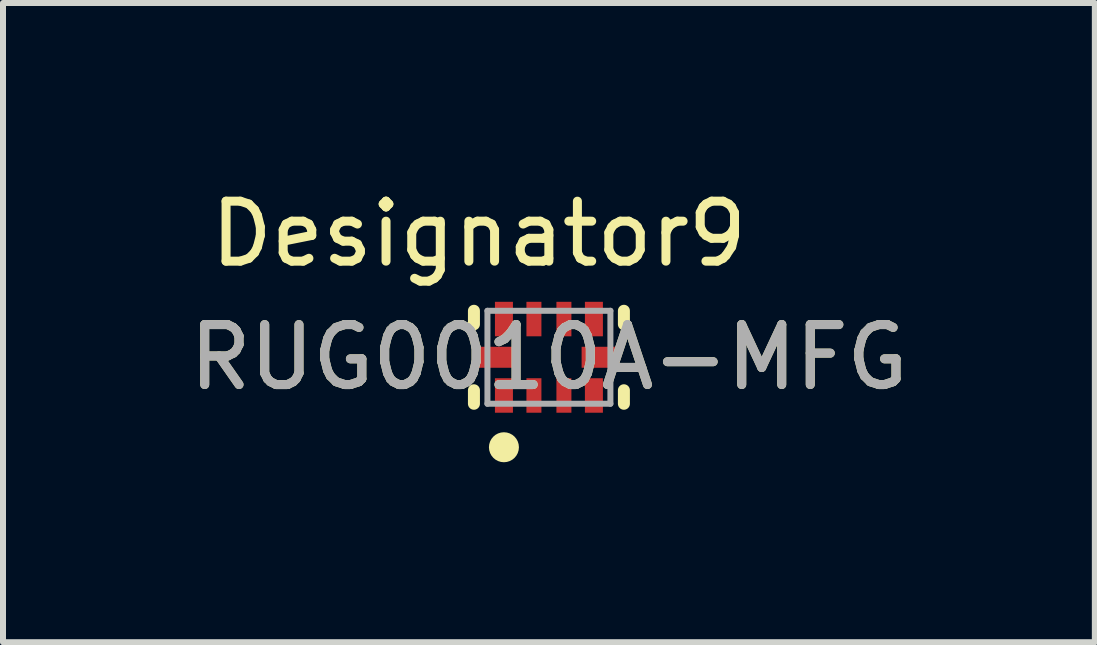
<source format=kicad_pcb>
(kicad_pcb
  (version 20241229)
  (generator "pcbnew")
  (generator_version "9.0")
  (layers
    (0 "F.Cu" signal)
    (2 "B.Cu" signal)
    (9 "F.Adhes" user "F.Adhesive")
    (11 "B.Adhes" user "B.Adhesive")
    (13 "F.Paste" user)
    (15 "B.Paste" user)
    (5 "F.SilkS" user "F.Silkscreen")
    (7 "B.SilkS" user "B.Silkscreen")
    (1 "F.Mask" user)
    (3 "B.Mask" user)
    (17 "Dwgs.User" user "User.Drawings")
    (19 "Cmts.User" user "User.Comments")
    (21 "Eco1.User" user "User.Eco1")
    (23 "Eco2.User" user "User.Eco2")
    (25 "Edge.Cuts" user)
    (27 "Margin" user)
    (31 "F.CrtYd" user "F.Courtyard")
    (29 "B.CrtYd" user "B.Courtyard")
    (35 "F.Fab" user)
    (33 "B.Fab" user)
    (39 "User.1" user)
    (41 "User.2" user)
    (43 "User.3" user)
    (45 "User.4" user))
  (footprint "RUG0010A-MFG"
    (layer "F.Cu")
    (at 6.101 2.906)
    (property "Reference" "RUG0010A-MFG" (at 0 0 0) (unlocked yes) (layer "F.SilkS") (effects (font (size 1 1) (thickness 0.15))))
    (attr smd)
    (fp_line (start -1.25 -0.55) (end -1.25 -0.775) (stroke (width 0.2) (type solid)) (layer "F.SilkS"))
    (fp_line (start -1.25 0.775) (end -1.25 0.55) (stroke (width 0.2) (type solid)) (layer "F.SilkS"))
    (fp_line (start 1.25 -0.55) (end 1.25 -0.775) (stroke (width 0.2) (type solid)) (layer "F.SilkS"))
    (fp_line (start 1.25 0.775) (end 1.25 0.55) (stroke (width 0.2) (type solid)) (layer "F.SilkS"))
    (fp_circle (center -0.75 1.5) (end -0.625 1.5) (stroke (width 0.25) (type solid)) (fill no) (layer "F.SilkS"))
    (fp_poly (pts (xy -1.1 0.15) (xy -1.15 0.1) (xy -1.15 -0.1) (xy -1.1 -0.15) (xy -0.62 -0.15) (xy -0.57 -0.1) (xy -0.57 0.1) (xy -0.62 0.15)) (stroke (width 0) (type solid)) (fill yes) (layer "F.Paste"))
    (fp_poly (pts (xy -0.825 0.9) (xy -0.875 0.85) (xy -0.875 0.425) (xy -0.825 0.375) (xy -0.675 0.375) (xy -0.625 0.425) (xy -0.625 0.85) (xy -0.675 0.9)) (stroke (width 0) (type solid)) (fill yes) (layer "F.Paste"))
    (fp_poly (pts (xy -0.675 -0.9) (xy -0.625 -0.85) (xy -0.625 -0.425) (xy -0.675 -0.375) (xy -0.825 -0.375) (xy -0.875 -0.425) (xy -0.875 -0.85) (xy -0.825 -0.9)) (stroke (width 0) (type solid)) (fill yes) (layer "F.Paste"))
    (fp_poly (pts (xy -0.375 -0.425) (xy -0.375 -0.85) (xy -0.325 -0.9) (xy -0.175 -0.9) (xy -0.125 -0.85) (xy -0.125 -0.425) (xy -0.175 -0.375) (xy -0.325 -0.375)) (stroke (width 0) (type solid)) (fill yes) (layer "F.Paste"))
    (fp_poly (pts (xy -0.375 0.85) (xy -0.375 0.425) (xy -0.325 0.375) (xy -0.175 0.375) (xy -0.125 0.425) (xy -0.125 0.85) (xy -0.175 0.9) (xy -0.325 0.9)) (stroke (width 0) (type solid)) (fill yes) (layer "F.Paste"))
    (fp_poly (pts (xy 0.125 0.85) (xy 0.125 0.425) (xy 0.175 0.375) (xy 0.325 0.375) (xy 0.375 0.425) (xy 0.375 0.85) (xy 0.325 0.9) (xy 0.175 0.9)) (stroke (width 0) (type solid)) (fill yes) (layer "F.Paste"))
    (fp_poly (pts (xy 0.175 -0.375) (xy 0.125 -0.425) (xy 0.125 -0.85) (xy 0.175 -0.9) (xy 0.325 -0.9) (xy 0.375 -0.85) (xy 0.375 -0.425) (xy 0.325 -0.375)) (stroke (width 0) (type solid)) (fill yes) (layer "F.Paste"))
    (fp_poly (pts (xy 0.62 0.15) (xy 0.57 0.1) (xy 0.57 -0.1) (xy 0.62 -0.15) (xy 1.1 -0.15) (xy 1.15 -0.1) (xy 1.15 0.1) (xy 1.1 0.15)) (stroke (width 0) (type solid)) (fill yes) (layer "F.Paste"))
    (fp_poly (pts (xy 0.675 -0.9) (xy 0.825 -0.9) (xy 0.875 -0.85) (xy 0.875 -0.425) (xy 0.825 -0.375) (xy 0.675 -0.375) (xy 0.625 -0.425) (xy 0.625 -0.85)) (stroke (width 0) (type solid)) (fill yes) (layer "F.Paste"))
    (fp_poly (pts (xy 0.875 0.425) (xy 0.875 0.85) (xy 0.825 0.9) (xy 0.675 0.9) (xy 0.625 0.85) (xy 0.625 0.425) (xy 0.675 0.375) (xy 0.825 0.375)) (stroke (width 0) (type solid)) (fill yes) (layer "F.Paste"))
    (fp_line (start -1.025 -0.775) (end 1.025 -0.775) (stroke (width 0.1) (type solid)) (layer "F.Fab"))
    (fp_line (start -1.025 0.775) (end -1.025 -0.775) (stroke (width 0.1) (type solid)) (layer "F.Fab"))
    (fp_line (start -1.025 0.775) (end 1.025 0.775) (stroke (width 0.1) (type solid)) (layer "F.Fab"))
    (fp_line (start 1.025 0.775) (end 1.025 -0.775) (stroke (width 0.1) (type solid)) (layer "F.Fab"))
    (fp_text user "Designator9" (at -1.168 -2.057 0) (unlocked yes) (layer "F.SilkS") (effects (font (size 1 1) (thickness 0.15))))
    (fp_text user "${REFERENCE}" (at 0 0 0) (unlocked yes) (layer "F.Fab") (effects (font (size 1 1) (thickness 0.15))))
    (pad "1" smd rect (at -0.75 0.637) (size 0.3 0.575) (layers "F.Cu" "F.Mask"))
    (pad "2" smd rect (at -0.25 0.637) (size 0.25 0.575) (layers "F.Cu" "F.Mask"))
    (pad "3" smd rect (at 0.25 0.637) (size 0.25 0.575) (layers "F.Cu" "F.Mask"))
    (pad "4" smd rect (at 0.75 0.637) (size 0.3 0.575) (layers "F.Cu" "F.Mask"))
    (pad "5" smd rect (at 0.86 0) (size 0.63 0.35) (layers "F.Cu" "F.Mask"))
    (pad "6" smd rect (at 0.75 -0.637) (size 0.3 0.575) (layers "F.Cu" "F.Mask"))
    (pad "7" smd rect (at 0.25 -0.637) (size 0.25 0.575) (layers "F.Cu" "F.Mask"))
    (pad "8" smd rect (at -0.25 -0.637) (size 0.25 0.575) (layers "F.Cu" "F.Mask"))
    (pad "9" smd rect (at -0.75 -0.637) (size 0.3 0.575) (layers "F.Cu" "F.Mask"))
    (pad "10" smd rect (at -0.86 0) (size 0.63 0.35) (layers "F.Cu" "F.Mask")))
  (gr_rect
    (start -3 -3)
    (end 15.202 7.656)
    (stroke (width 0.1) (type default))
    (fill no)
    (layer "Edge.Cuts")))
</source>
